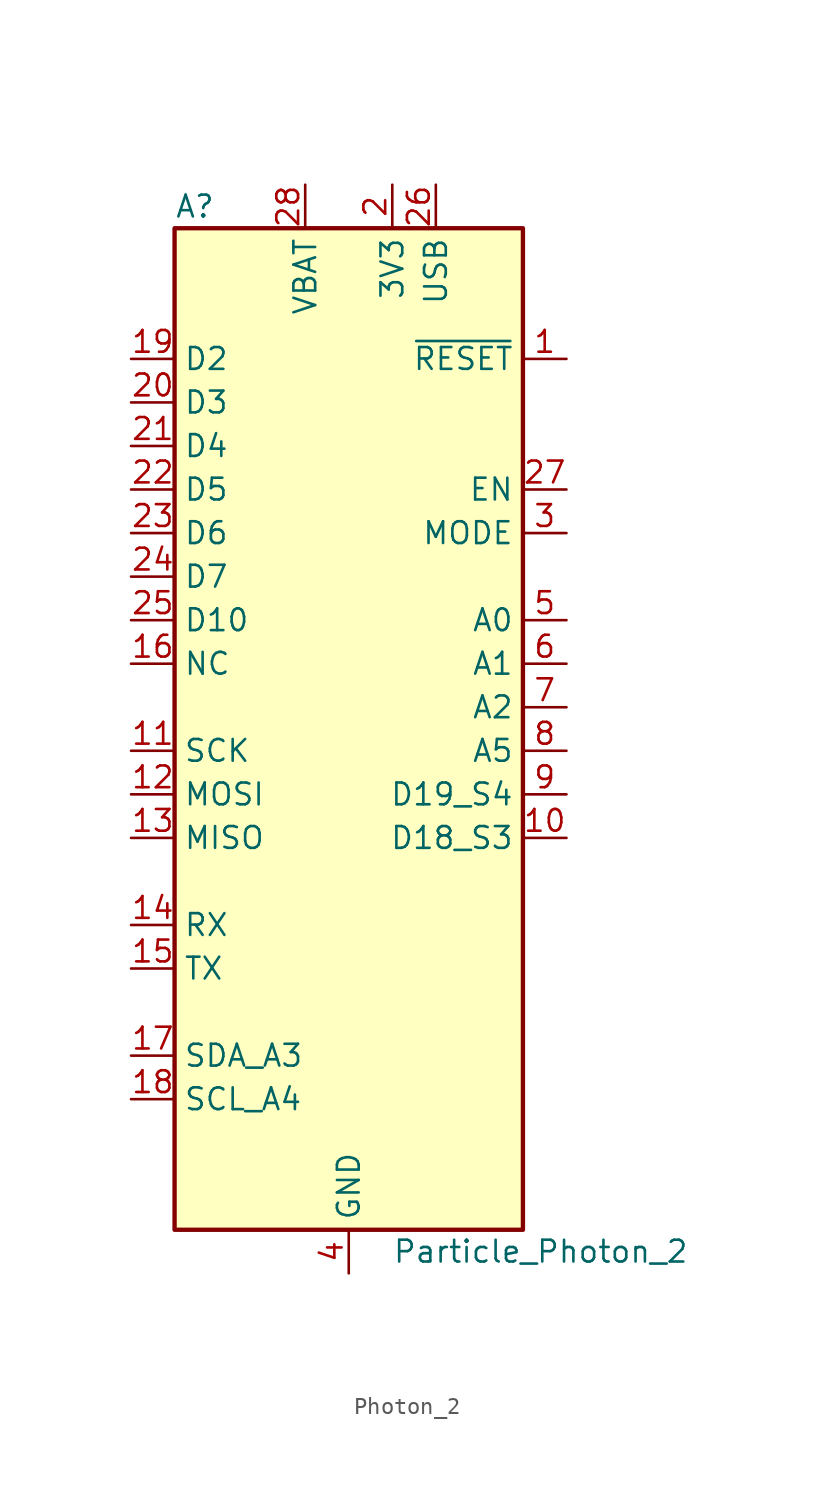
<source format=kicad_sym>
(kicad_symbol_lib
  (version 20231120)
  (generator "kicad_symbol_editor")
  (generator_version "8.0")
  (symbol "Photon_2"
    (property "Reference" "A"
      (at -10.16 29.21 0)
      (effects (font (size 1.27 1.27)) (justify left)))
    (property "Value" "Particle_Photon_2"
      (at 2.54 -31.75 0)
      (effects (font (size 1.27 1.27)) (justify left)))
    (symbol "Photon_2_0_1"
      (rectangle (start -10.16 27.94) (end 10.16 -30.48) (stroke (width 0.254) (type default)) (fill (type background))))
    (symbol "Photon_2_1_1"
      (pin input line (at 12.7 20.32 180) (length 2.54) (name "~{RESET}" (effects (font (size 1.27 1.27)))) (number "1" (effects (font (size 1.27 1.27)))))
      (pin bidirectional line (at 12.7 -7.62 180) (length 2.54) (name "D18_S3" (effects (font (size 1.27 1.27)))) (number "10" (effects (font (size 1.27 1.27)))))
      (pin bidirectional line (at -12.7 -2.54 0) (length 2.54) (name "SCK" (effects (font (size 1.27 1.27)))) (number "11" (effects (font (size 1.27 1.27)))))
      (pin bidirectional line (at -12.7 -5.08 0) (length 2.54) (name "MOSI" (effects (font (size 1.27 1.27)))) (number "12" (effects (font (size 1.27 1.27)))))
      (pin bidirectional line (at -12.7 -7.62 0) (length 2.54) (name "MISO" (effects (font (size 1.27 1.27)))) (number "13" (effects (font (size 1.27 1.27)))))
      (pin bidirectional line (at -12.7 -12.7 0) (length 2.54) (name "RX" (effects (font (size 1.27 1.27)))) (number "14" (effects (font (size 1.27 1.27)))))
      (pin bidirectional line (at -12.7 -15.24 0) (length 2.54) (name "TX" (effects (font (size 1.27 1.27)))) (number "15" (effects (font (size 1.27 1.27)))))
      (pin bidirectional line (at -12.7 2.54 0) (length 2.54) (name "NC" (effects (font (size 1.27 1.27)))) (number "16" (effects (font (size 1.27 1.27)))))
      (pin bidirectional line (at -12.7 -20.32 0) (length 2.54) (name "SDA_A3" (effects (font (size 1.27 1.27)))) (number "17" (effects (font (size 1.27 1.27)))))
      (pin bidirectional line (at -12.7 -22.86 0) (length 2.54) (name "SCL_A4" (effects (font (size 1.27 1.27)))) (number "18" (effects (font (size 1.27 1.27)))))
      (pin bidirectional line (at -12.7 20.32 0) (length 2.54) (name "D2" (effects (font (size 1.27 1.27)))) (number "19" (effects (font (size 1.27 1.27)))))
      (pin power_in line (at 2.54 30.48 270) (length 2.54) (name "3V3" (effects (font (size 1.27 1.27)))) (number "2" (effects (font (size 1.27 1.27)))))
      (pin bidirectional line (at -12.7 17.78 0) (length 2.54) (name "D3" (effects (font (size 1.27 1.27)))) (number "20" (effects (font (size 1.27 1.27)))))
      (pin bidirectional line (at -12.7 15.24 0) (length 2.54) (name "D4" (effects (font (size 1.27 1.27)))) (number "21" (effects (font (size 1.27 1.27)))))
      (pin bidirectional line (at -12.7 12.7 0) (length 2.54) (name "D5" (effects (font (size 1.27 1.27)))) (number "22" (effects (font (size 1.27 1.27)))))
      (pin bidirectional line (at -12.7 10.16 0) (length 2.54) (name "D6" (effects (font (size 1.27 1.27)))) (number "23" (effects (font (size 1.27 1.27)))))
      (pin bidirectional line (at -12.7 7.62 0) (length 2.54) (name "D7" (effects (font (size 1.27 1.27)))) (number "24" (effects (font (size 1.27 1.27)))))
      (pin bidirectional line (at -12.7 5.08 0) (length 2.54) (name "D10" (effects (font (size 1.27 1.27)))) (number "25" (effects (font (size 1.27 1.27)))))
      (pin power_in line (at 5.08 30.48 270) (length 2.54) (name "USB" (effects (font (size 1.27 1.27)))) (number "26" (effects (font (size 1.27 1.27)))))
      (pin input line (at 12.7 12.7 180) (length 2.54) (name "EN" (effects (font (size 1.27 1.27)))) (number "27" (effects (font (size 1.27 1.27)))))
      (pin power_in line (at -2.54 30.48 270) (length 2.54) (name "VBAT" (effects (font (size 1.27 1.27)))) (number "28" (effects (font (size 1.27 1.27)))))
      (pin input line (at 12.7 10.16 180) (length 2.54) (name "MODE" (effects (font (size 1.27 1.27)))) (number "3" (effects (font (size 1.27 1.27)))))
      (pin power_in line (at 0 -33.02 90) (length 2.54) (name "GND" (effects (font (size 1.27 1.27)))) (number "4" (effects (font (size 1.27 1.27)))))
      (pin bidirectional line (at 12.7 5.08 180) (length 2.54) (name "A0" (effects (font (size 1.27 1.27)))) (number "5" (effects (font (size 1.27 1.27)))))
      (pin bidirectional line (at 12.7 2.54 180) (length 2.54) (name "A1" (effects (font (size 1.27 1.27)))) (number "6" (effects (font (size 1.27 1.27)))))
      (pin bidirectional line (at 12.7 0 180) (length 2.54) (name "A2" (effects (font (size 1.27 1.27)))) (number "7" (effects (font (size 1.27 1.27)))))
      (pin bidirectional line (at 12.7 -2.54 180) (length 2.54) (name "A5" (effects (font (size 1.27 1.27)))) (number "8" (effects (font (size 1.27 1.27)))))
      (pin bidirectional line (at 12.7 -5.08 180) (length 2.54) (name "D19_S4" (effects (font (size 1.27 1.27)))) (number "9" (effects (font (size 1.27 1.27))))))))
</source>
